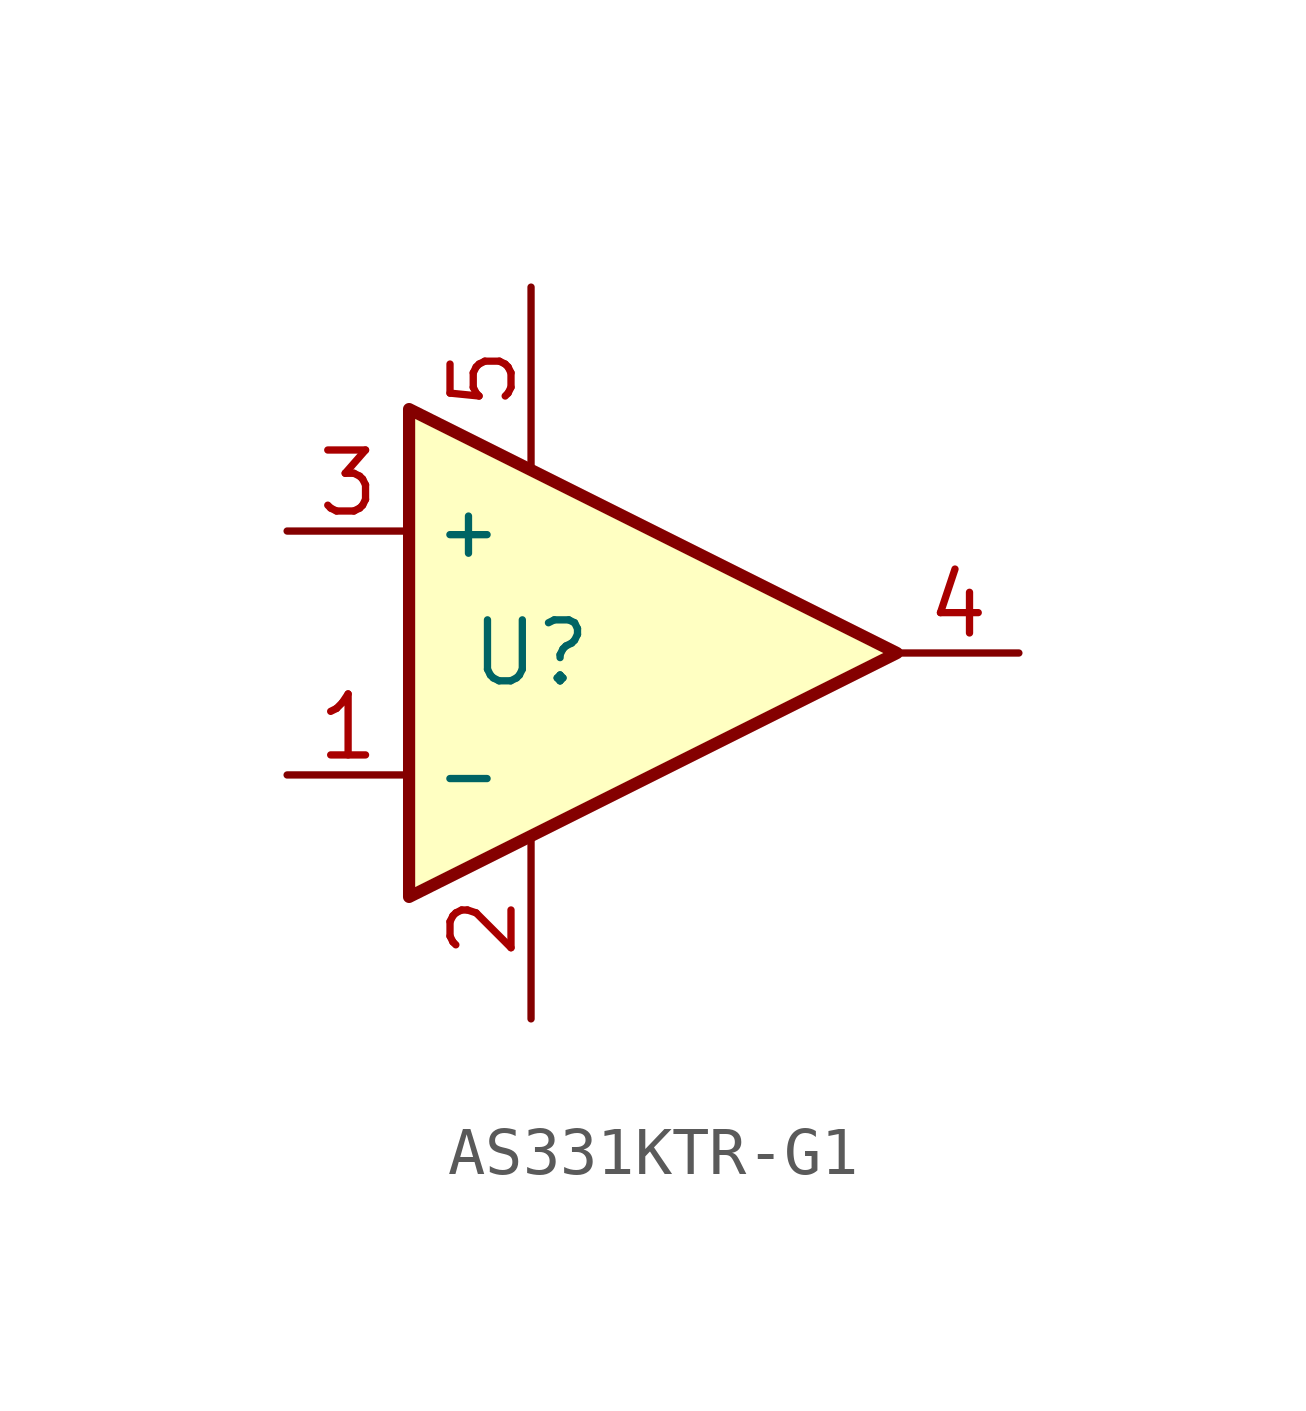
<source format=kicad_sym>
(kicad_symbol_lib
  (version 20220914)
  (generator kicad_symbol_editor)
  (symbol "AS331KTR-G1"
    (property "Reference" "U"
      (at 0 0 0)
      (effects (font (size 1.27 1.27))))
    (property "Value" ""
      (at 0 0 0)
      (effects (font (size 1.27 1.27))))
    (symbol "AS331KTR-G1_1_1"
      (polyline (pts (xy -2.54 5.08) (xy 7.62 0) (xy -2.54 -5.08) (xy -2.54 5.08)) (stroke (width 0.254) (type default)) (fill (type background)))
      (pin input line (at -5.08 -2.54 0) (length 2.54) (name "-" (effects (font (size 1.016 1.016)))) (number "1" (effects (font (size 1.27 1.27)))))
      (pin power_in line (at 0 -7.62 90) (length 3.81) (name "" (effects (font (size 1.016 1.016)))) (number "2" (effects (font (size 1.27 1.27)))))
      (pin input line (at -5.08 2.54 0) (length 2.54) (name "+" (effects (font (size 1.016 1.016)))) (number "3" (effects (font (size 1.27 1.27)))))
      (pin output line (at 10.16 0 180) (length 2.54) (name "~" (effects (font (size 1.27 1.27)))) (number "4" (effects (font (size 1.27 1.27)))))
      (pin power_in line (at 0 7.62 270) (length 3.81) (name "" (effects (font (size 1.016 1.016)))) (number "5" (effects (font (size 1.27 1.27))))))))
</source>
